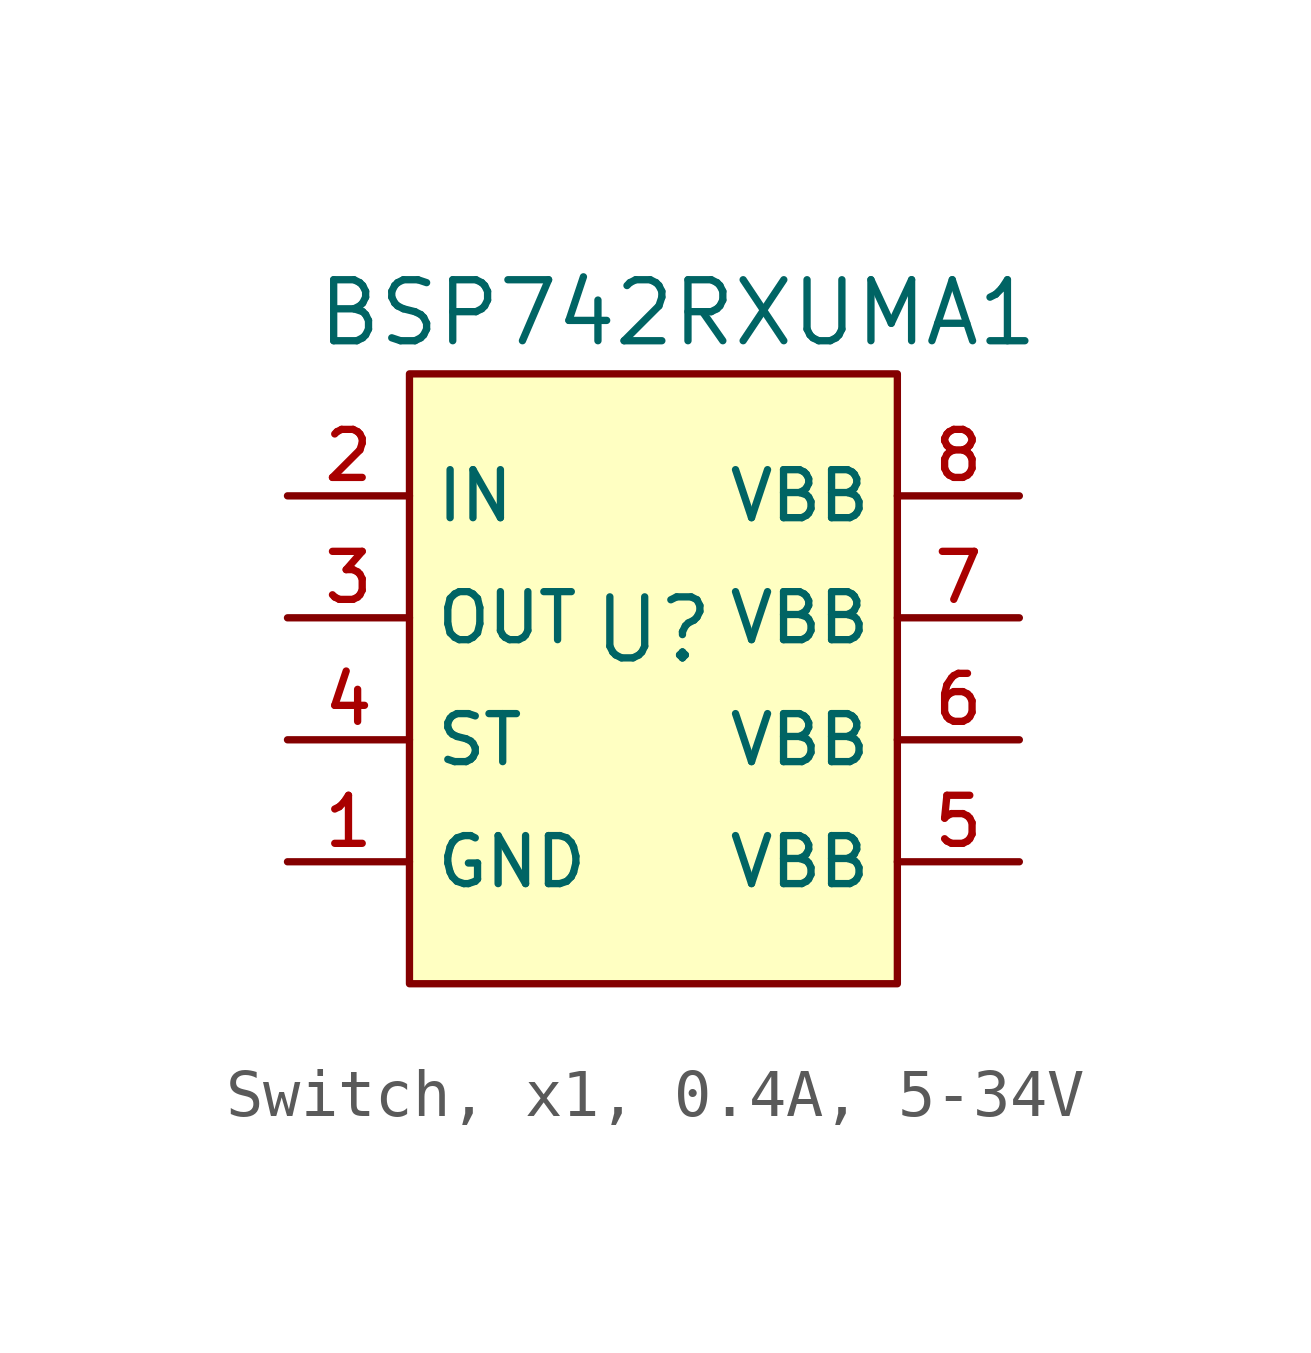
<source format=kicad_sym>
(kicad_symbol_lib
  (version 20231120)
  (generator "CDFER_Archive_Tool")
  (generator_version "0.0")
  (symbol "Switch, x1, 0.4A, 5-34V"
    (property "Reference" "U"
      (at 0 2.286 0)
      (effects (font (size 1.27 1.27))))
    (property "Value" "BSP742RXUMA1"
      (at 0.508 8.89 0)
      (effects (font (size 1.27 1.27))))
    (symbol "Switch, x1, 0.4A, 5-34V_0_1"
      (rectangle (start -5.08 7.62) (end 5.08 -5.08) (stroke (width 0) (type default)) (fill (type background)))
      (pin unspecified line (at -7.62 -2.54 0) (length 2.54) (name "GND" (effects (font (size 1 1)))) (number "1" (effects (font (size 1 1)))))
      (pin unspecified line (at -7.62 5.08 0) (length 2.54) (name "IN" (effects (font (size 1 1)))) (number "2" (effects (font (size 1 1)))))
      (pin unspecified line (at -7.62 2.54 0) (length 2.54) (name "OUT" (effects (font (size 1 1)))) (number "3" (effects (font (size 1 1)))))
      (pin unspecified line (at -7.62 0 0) (length 2.54) (name "ST" (effects (font (size 1 1)))) (number "4" (effects (font (size 1 1)))))
      (pin unspecified line (at 7.62 -2.54 180) (length 2.54) (name "VBB" (effects (font (size 1 1)))) (number "5" (effects (font (size 1 1)))))
      (pin unspecified line (at 7.62 0 180) (length 2.54) (name "VBB" (effects (font (size 1 1)))) (number "6" (effects (font (size 1 1)))))
      (pin unspecified line (at 7.62 2.54 180) (length 2.54) (name "VBB" (effects (font (size 1 1)))) (number "7" (effects (font (size 1 1)))))
      (pin unspecified line (at 7.62 5.08 180) (length 2.54) (name "VBB" (effects (font (size 1 1)))) (number "8" (effects (font (size 1 1))))))))
</source>
